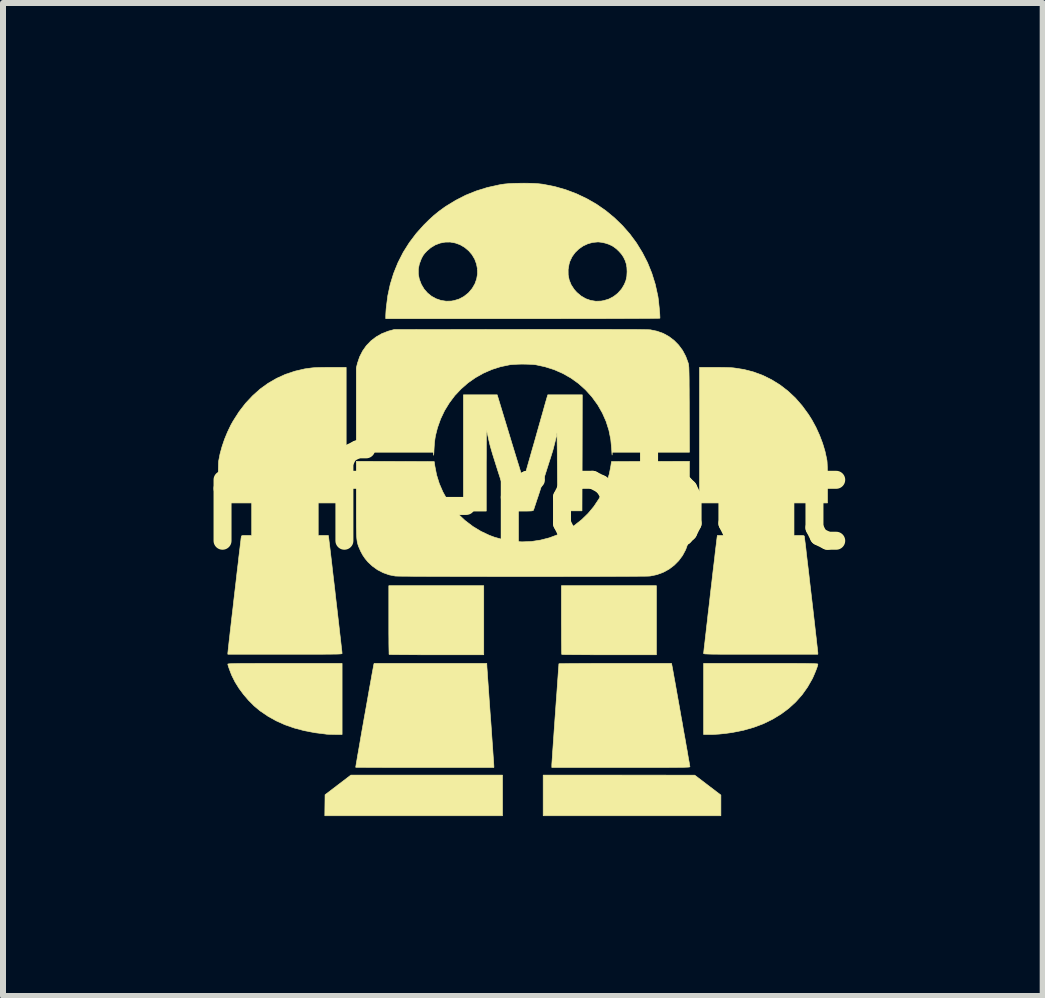
<source format=kicad_pcb>
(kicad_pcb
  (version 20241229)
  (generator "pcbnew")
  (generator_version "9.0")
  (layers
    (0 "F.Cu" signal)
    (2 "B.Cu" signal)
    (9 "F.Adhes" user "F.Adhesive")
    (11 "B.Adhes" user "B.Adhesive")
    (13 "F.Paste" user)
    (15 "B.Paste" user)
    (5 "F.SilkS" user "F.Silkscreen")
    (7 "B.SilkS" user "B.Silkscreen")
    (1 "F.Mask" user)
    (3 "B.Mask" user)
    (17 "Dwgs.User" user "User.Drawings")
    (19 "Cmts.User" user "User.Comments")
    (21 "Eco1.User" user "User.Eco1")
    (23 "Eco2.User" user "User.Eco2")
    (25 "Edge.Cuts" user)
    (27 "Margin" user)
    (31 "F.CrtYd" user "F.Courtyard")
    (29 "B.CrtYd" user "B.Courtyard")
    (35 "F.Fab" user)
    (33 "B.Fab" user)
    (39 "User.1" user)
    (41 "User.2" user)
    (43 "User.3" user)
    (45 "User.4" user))
  (footprint "mf-robot"
    (layer "F.Cu")
    (at 5.668 5.277)
    (property "Reference" "mf-robot" (at 0 0 0) (layer "F.SilkS") (effects (font (size 1.524 1.524) (thickness 0.3))))
    (attr through_hole)
    (fp_poly (pts (xy -0.339 5.275) (xy -3.302 5.275) (xy -3.3 5.1) (xy -3.298 4.925) (xy -3.083 4.761) (xy -2.868 4.597) (xy -0.339 4.597) (xy -0.339 5.275)) (stroke (width 0.01) (type solid)) (fill yes) (layer "F.SilkS"))
    (fp_poly (pts (xy 1.602 4.597) (xy 2.866 4.598) (xy 3.084 4.764) (xy 3.302 4.93) (xy 3.302 5.275) (xy 0.339 5.275) (xy 0.339 4.597) (xy 1.602 4.597)) (stroke (width 0.01) (type solid)) (fill yes) (layer "F.SilkS"))
    (fp_poly (pts (xy -0.652 2.591) (xy -1.438 2.591) (xy -1.552 2.591) (xy -1.661 2.591) (xy -1.764 2.59) (xy -1.86 2.59) (xy -1.947 2.589) (xy -2.025 2.589) (xy -2.092 2.588) (xy -2.147 2.588) (xy -2.189 2.587) (xy -2.217 2.586) (xy -2.229 2.585) (xy -2.23 2.585) (xy -2.231 2.576) (xy -2.231 2.551) (xy -2.232 2.512) (xy -2.233 2.461) (xy -2.234 2.398) (xy -2.234 2.325) (xy -2.235 2.243) (xy -2.235 2.155) (xy -2.235 2.061) (xy -2.235 2.009) (xy -2.235 1.439) (xy -0.652 1.439) (xy -0.652 2.591)) (stroke (width 0.01) (type solid)) (fill yes) (layer "F.SilkS"))
    (fp_poly (pts (xy 2.227 2.591) (xy 1.441 2.591) (xy 1.327 2.591) (xy 1.218 2.591) (xy 1.115 2.59) (xy 1.019 2.59) (xy 0.931 2.589) (xy 0.854 2.589) (xy 0.786 2.588) (xy 0.731 2.588) (xy 0.689 2.587) (xy 0.662 2.586) (xy 0.65 2.585) (xy 0.649 2.585) (xy 0.648 2.576) (xy 0.647 2.551) (xy 0.646 2.512) (xy 0.646 2.461) (xy 0.645 2.398) (xy 0.644 2.325) (xy 0.644 2.243) (xy 0.644 2.155) (xy 0.643 2.061) (xy 0.643 2.009) (xy 0.643 1.439) (xy 2.227 1.439) (xy 2.227 2.591)) (stroke (width 0.01) (type solid)) (fill yes) (layer "F.SilkS"))
    (fp_poly (pts (xy 4.116 2.735) (xy 4.249 2.735) (xy 4.368 2.735) (xy 4.471 2.735) (xy 4.562 2.735) (xy 4.64 2.736) (xy 4.706 2.736) (xy 4.761 2.737) (xy 4.806 2.738) (xy 4.843 2.739) (xy 4.871 2.74) (xy 4.892 2.741) (xy 4.906 2.742) (xy 4.915 2.744) (xy 4.919 2.746) (xy 4.919 2.747) (xy 4.916 2.765) (xy 4.907 2.795) (xy 4.893 2.834) (xy 4.876 2.877) (xy 4.857 2.922) (xy 4.838 2.966) (xy 4.825 2.993) (xy 4.746 3.131) (xy 4.655 3.259) (xy 4.55 3.377) (xy 4.433 3.484) (xy 4.304 3.58) (xy 4.164 3.665) (xy 4.013 3.739) (xy 3.851 3.8) (xy 3.68 3.849) (xy 3.5 3.885) (xy 3.497 3.886) (xy 3.38 3.902) (xy 3.275 3.913) (xy 3.176 3.919) (xy 3.115 3.92) (xy 3.014 3.92) (xy 3.014 2.735) (xy 3.967 2.735) (xy 4.116 2.735)) (stroke (width 0.01) (type solid)) (fill yes) (layer "F.SilkS"))
    (fp_poly (pts (xy -3.014 3.92) (xy -3.131 3.919) (xy -3.176 3.918) (xy -3.218 3.917) (xy -3.252 3.916) (xy -3.274 3.915) (xy -3.277 3.914) (xy -3.467 3.89) (xy -3.645 3.856) (xy -3.811 3.812) (xy -3.966 3.758) (xy -4.111 3.693) (xy -4.248 3.617) (xy -4.377 3.529) (xy -4.388 3.521) (xy -4.481 3.443) (xy -4.571 3.353) (xy -4.656 3.254) (xy -4.733 3.15) (xy -4.799 3.044) (xy -4.851 2.94) (xy -4.856 2.929) (xy -4.871 2.891) (xy -4.886 2.851) (xy -4.9 2.813) (xy -4.911 2.78) (xy -4.918 2.756) (xy -4.919 2.746) (xy -4.917 2.744) (xy -4.909 2.743) (xy -4.895 2.741) (xy -4.874 2.74) (xy -4.844 2.739) (xy -4.806 2.738) (xy -4.759 2.737) (xy -4.701 2.736) (xy -4.632 2.736) (xy -4.551 2.736) (xy -4.456 2.735) (xy -4.348 2.735) (xy -4.226 2.735) (xy -4.088 2.735) (xy -3.967 2.735) (xy -3.014 2.735) (xy -3.014 3.92)) (stroke (width 0.01) (type solid)) (fill yes) (layer "F.SilkS"))
    (fp_poly (pts (xy -0.601 2.758) (xy -0.6 2.77) (xy -0.599 2.797) (xy -0.596 2.839) (xy -0.592 2.894) (xy -0.588 2.961) (xy -0.582 3.039) (xy -0.576 3.127) (xy -0.569 3.224) (xy -0.562 3.328) (xy -0.554 3.438) (xy -0.546 3.553) (xy -0.542 3.607) (xy -0.533 3.724) (xy -0.525 3.836) (xy -0.518 3.943) (xy -0.511 4.043) (xy -0.504 4.134) (xy -0.499 4.217) (xy -0.494 4.289) (xy -0.489 4.349) (xy -0.486 4.396) (xy -0.484 4.43) (xy -0.483 4.448) (xy -0.483 4.451) (xy -0.483 4.47) (xy -1.633 4.47) (xy -1.771 4.47) (xy -1.904 4.47) (xy -2.032 4.47) (xy -2.153 4.47) (xy -2.267 4.47) (xy -2.372 4.469) (xy -2.467 4.469) (xy -2.552 4.469) (xy -2.625 4.468) (xy -2.686 4.468) (xy -2.734 4.468) (xy -2.767 4.467) (xy -2.784 4.467) (xy -2.787 4.466) (xy -2.786 4.458) (xy -2.782 4.434) (xy -2.776 4.396) (xy -2.767 4.346) (xy -2.757 4.284) (xy -2.744 4.212) (xy -2.73 4.132) (xy -2.715 4.045) (xy -2.699 3.951) (xy -2.682 3.853) (xy -2.664 3.752) (xy -2.646 3.649) (xy -2.627 3.545) (xy -2.609 3.443) (xy -2.591 3.342) (xy -2.574 3.245) (xy -2.558 3.153) (xy -2.542 3.067) (xy -2.528 2.989) (xy -2.516 2.919) (xy -2.505 2.86) (xy -2.496 2.812) (xy -2.49 2.777) (xy -2.486 2.757) (xy -2.485 2.754) (xy -2.48 2.735) (xy -0.601 2.735) (xy -0.601 2.758)) (stroke (width 0.01) (type solid)) (fill yes) (layer "F.SilkS"))
    (fp_poly (pts (xy 2.484 2.758) (xy 2.487 2.774) (xy 2.493 2.805) (xy 2.501 2.849) (xy 2.511 2.905) (xy 2.523 2.972) (xy 2.537 3.048) (xy 2.552 3.133) (xy 2.568 3.223) (xy 2.585 3.319) (xy 2.603 3.419) (xy 2.621 3.521) (xy 2.639 3.624) (xy 2.658 3.727) (xy 2.675 3.829) (xy 2.693 3.928) (xy 2.71 4.022) (xy 2.725 4.11) (xy 2.74 4.192) (xy 2.752 4.265) (xy 2.763 4.329) (xy 2.773 4.381) (xy 2.779 4.421) (xy 2.784 4.447) (xy 2.786 4.457) (xy 2.786 4.458) (xy 2.784 4.459) (xy 2.78 4.461) (xy 2.771 4.463) (xy 2.757 4.464) (xy 2.738 4.465) (xy 2.713 4.466) (xy 2.679 4.467) (xy 2.638 4.468) (xy 2.588 4.468) (xy 2.528 4.469) (xy 2.458 4.469) (xy 2.376 4.47) (xy 2.282 4.47) (xy 2.175 4.47) (xy 2.054 4.47) (xy 1.919 4.47) (xy 1.768 4.47) (xy 1.634 4.47) (xy 0.483 4.47) (xy 0.483 4.434) (xy 0.483 4.421) (xy 0.485 4.392) (xy 0.488 4.348) (xy 0.492 4.291) (xy 0.496 4.223) (xy 0.502 4.143) (xy 0.508 4.053) (xy 0.515 3.956) (xy 0.522 3.851) (xy 0.53 3.74) (xy 0.538 3.624) (xy 0.542 3.573) (xy 0.55 3.456) (xy 0.558 3.344) (xy 0.566 3.238) (xy 0.573 3.14) (xy 0.579 3.049) (xy 0.585 2.968) (xy 0.59 2.897) (xy 0.594 2.838) (xy 0.598 2.792) (xy 0.6 2.76) (xy 0.601 2.743) (xy 0.601 2.741) (xy 0.609 2.74) (xy 0.634 2.739) (xy 0.672 2.739) (xy 0.725 2.738) (xy 0.79 2.737) (xy 0.867 2.737) (xy 0.954 2.736) (xy 1.051 2.736) (xy 1.156 2.735) (xy 1.268 2.735) (xy 1.387 2.735) (xy 1.51 2.735) (xy 1.54 2.735) (xy 2.479 2.735) (xy 2.484 2.758)) (stroke (width 0.01) (type solid)) (fill yes) (layer "F.SilkS"))
    (fp_poly (pts (xy 1.026 -2.835) (xy 1.193 -2.835) (xy 1.346 -2.835) (xy 1.483 -2.834) (xy 1.607 -2.834) (xy 1.716 -2.834) (xy 1.812 -2.833) (xy 1.895 -2.833) (xy 1.964 -2.832) (xy 2.021 -2.831) (xy 2.065 -2.83) (xy 2.098 -2.829) (xy 2.119 -2.828) (xy 2.125 -2.828) (xy 2.236 -2.805) (xy 2.34 -2.768) (xy 2.435 -2.716) (xy 2.521 -2.651) (xy 2.597 -2.574) (xy 2.663 -2.485) (xy 2.716 -2.385) (xy 2.753 -2.285) (xy 2.757 -2.273) (xy 2.76 -2.263) (xy 2.762 -2.251) (xy 2.764 -2.237) (xy 2.766 -2.22) (xy 2.768 -2.199) (xy 2.769 -2.172) (xy 2.77 -2.138) (xy 2.771 -2.097) (xy 2.772 -2.047) (xy 2.773 -1.987) (xy 2.773 -1.915) (xy 2.774 -1.831) (xy 2.774 -1.733) (xy 2.775 -1.621) (xy 2.775 -1.505) (xy 2.778 -0.787) (xy 1.49 -0.787) (xy 1.489 -0.747) (xy 1.488 -0.741) (xy 1.487 -0.751) (xy 1.485 -0.773) (xy 1.483 -0.807) (xy 1.481 -0.838) (xy 1.466 -0.999) (xy 1.435 -1.153) (xy 1.388 -1.301) (xy 1.326 -1.441) (xy 1.249 -1.576) (xy 1.244 -1.583) (xy 1.15 -1.712) (xy 1.044 -1.829) (xy 0.928 -1.933) (xy 0.801 -2.024) (xy 0.665 -2.101) (xy 0.521 -2.164) (xy 0.369 -2.212) (xy 0.216 -2.245) (xy 0.172 -2.25) (xy 0.115 -2.253) (xy 0.05 -2.255) (xy -0.018 -2.256) (xy -0.085 -2.254) (xy -0.146 -2.251) (xy -0.198 -2.247) (xy -0.216 -2.245) (xy -0.37 -2.213) (xy -0.518 -2.166) (xy -0.659 -2.104) (xy -0.792 -2.029) (xy -0.916 -1.942) (xy -1.03 -1.842) (xy -1.134 -1.732) (xy -1.225 -1.611) (xy -1.305 -1.481) (xy -1.371 -1.342) (xy -1.423 -1.196) (xy -1.457 -1.062) (xy -1.466 -1.007) (xy -1.474 -0.941) (xy -1.479 -0.87) (xy -1.481 -0.834) (xy -1.483 -0.792) (xy -1.485 -0.761) (xy -1.487 -0.741) (xy -1.488 -0.736) (xy -1.489 -0.743) (xy -1.49 -0.787) (xy -2.777 -0.787) (xy -2.777 -2.191) (xy -2.757 -2.272) (xy -2.721 -2.378) (xy -2.671 -2.476) (xy -2.609 -2.564) (xy -2.533 -2.643) (xy -2.447 -2.709) (xy -2.351 -2.764) (xy -2.245 -2.805) (xy -2.216 -2.813) (xy -2.146 -2.832) (xy -0.047 -2.834) (xy 0.201 -2.835) (xy 0.431 -2.835) (xy 0.645 -2.835) (xy 0.843 -2.835) (xy 1.026 -2.835)) (stroke (width 0.01) (type solid)) (fill yes) (layer "F.SilkS"))
    (fp_poly (pts (xy -2.946 0.059) (xy -3.412 0.059) (xy -3.412 0.601) (xy -3.244 0.601) (xy -3.239 0.629) (xy -3.237 0.642) (xy -3.234 0.67) (xy -3.229 0.712) (xy -3.222 0.767) (xy -3.214 0.833) (xy -3.205 0.909) (xy -3.195 0.995) (xy -3.184 1.088) (xy -3.173 1.187) (xy -3.161 1.29) (xy -3.148 1.398) (xy -3.135 1.508) (xy -3.123 1.619) (xy -3.11 1.73) (xy -3.097 1.839) (xy -3.085 1.945) (xy -3.073 2.048) (xy -3.062 2.144) (xy -3.052 2.234) (xy -3.042 2.316) (xy -3.034 2.389) (xy -3.027 2.451) (xy -3.021 2.501) (xy -3.017 2.538) (xy -3.015 2.561) (xy -3.014 2.568) (xy -3.015 2.57) (xy -3.017 2.572) (xy -3.023 2.574) (xy -3.032 2.575) (xy -3.046 2.577) (xy -3.065 2.578) (xy -3.091 2.579) (xy -3.125 2.58) (xy -3.167 2.58) (xy -3.218 2.581) (xy -3.279 2.581) (xy -3.351 2.582) (xy -3.436 2.582) (xy -3.533 2.582) (xy -3.644 2.582) (xy -3.77 2.582) (xy -3.912 2.582) (xy -3.967 2.582) (xy -4.919 2.582) (xy -4.919 2.563) (xy -4.918 2.552) (xy -4.915 2.526) (xy -4.911 2.486) (xy -4.905 2.432) (xy -4.898 2.367) (xy -4.889 2.292) (xy -4.88 2.207) (xy -4.869 2.115) (xy -4.858 2.017) (xy -4.846 1.913) (xy -4.833 1.805) (xy -4.821 1.696) (xy -4.808 1.584) (xy -4.795 1.473) (xy -4.782 1.363) (xy -4.77 1.256) (xy -4.758 1.153) (xy -4.746 1.056) (xy -4.736 0.964) (xy -4.726 0.881) (xy -4.717 0.807) (xy -4.71 0.743) (xy -4.703 0.692) (xy -4.699 0.653) (xy -4.695 0.629) (xy -4.694 0.62) (xy -4.691 0.612) (xy -4.685 0.606) (xy -4.673 0.603) (xy -4.651 0.601) (xy -4.616 0.601) (xy -4.606 0.601) (xy -4.521 0.601) (xy -4.521 0.059) (xy -5.08 0.059) (xy -5.08 -0.263) (xy -5.08 -0.344) (xy -5.079 -0.42) (xy -5.078 -0.488) (xy -5.076 -0.548) (xy -5.075 -0.596) (xy -5.073 -0.631) (xy -5.071 -0.646) (xy -5.049 -0.759) (xy -5.016 -0.879) (xy -4.974 -1.003) (xy -4.924 -1.124) (xy -4.868 -1.241) (xy -4.829 -1.31) (xy -4.731 -1.463) (xy -4.624 -1.602) (xy -4.507 -1.727) (xy -4.382 -1.839) (xy -4.248 -1.936) (xy -4.106 -2.018) (xy -3.957 -2.086) (xy -3.8 -2.138) (xy -3.637 -2.176) (xy -3.52 -2.192) (xy -3.49 -2.195) (xy -3.446 -2.197) (xy -3.391 -2.199) (xy -3.328 -2.2) (xy -3.262 -2.201) (xy -3.194 -2.201) (xy -2.946 -2.201) (xy -2.946 0.059)) (stroke (width 0.01) (type solid)) (fill yes) (layer "F.SilkS"))
    (fp_poly (pts (xy 3.26 -2.201) (xy 3.327 -2.2) (xy 3.389 -2.199) (xy 3.444 -2.197) (xy 3.489 -2.195) (xy 3.52 -2.192) (xy 3.52 -2.192) (xy 3.688 -2.166) (xy 3.849 -2.124) (xy 4.003 -2.067) (xy 4.15 -1.994) (xy 4.29 -1.907) (xy 4.421 -1.806) (xy 4.544 -1.691) (xy 4.657 -1.561) (xy 4.761 -1.419) (xy 4.819 -1.327) (xy 4.887 -1.202) (xy 4.947 -1.07) (xy 4.998 -0.936) (xy 5.038 -0.803) (xy 5.066 -0.674) (xy 5.071 -0.646) (xy 5.073 -0.622) (xy 5.075 -0.583) (xy 5.077 -0.531) (xy 5.078 -0.468) (xy 5.079 -0.395) (xy 5.08 -0.316) (xy 5.08 -0.263) (xy 5.08 0.059) (xy 4.521 0.059) (xy 4.521 0.601) (xy 4.606 0.601) (xy 4.644 0.601) (xy 4.669 0.602) (xy 4.683 0.605) (xy 4.691 0.61) (xy 4.694 0.618) (xy 4.694 0.62) (xy 4.696 0.632) (xy 4.699 0.658) (xy 4.704 0.7) (xy 4.711 0.753) (xy 4.719 0.819) (xy 4.727 0.895) (xy 4.737 0.979) (xy 4.748 1.072) (xy 4.76 1.171) (xy 4.772 1.274) (xy 4.784 1.382) (xy 4.797 1.492) (xy 4.81 1.603) (xy 4.823 1.714) (xy 4.836 1.824) (xy 4.848 1.931) (xy 4.86 2.034) (xy 4.871 2.131) (xy 4.881 2.222) (xy 4.891 2.305) (xy 4.899 2.379) (xy 4.906 2.442) (xy 4.912 2.493) (xy 4.916 2.532) (xy 4.919 2.555) (xy 4.919 2.563) (xy 4.919 2.582) (xy 3.967 2.582) (xy 3.819 2.582) (xy 3.688 2.582) (xy 3.571 2.582) (xy 3.469 2.582) (xy 3.38 2.582) (xy 3.304 2.582) (xy 3.239 2.581) (xy 3.184 2.581) (xy 3.139 2.58) (xy 3.103 2.579) (xy 3.074 2.578) (xy 3.052 2.577) (xy 3.036 2.576) (xy 3.026 2.574) (xy 3.019 2.573) (xy 3.015 2.571) (xy 3.014 2.568) (xy 3.014 2.568) (xy 3.015 2.557) (xy 3.018 2.532) (xy 3.022 2.492) (xy 3.028 2.439) (xy 3.036 2.374) (xy 3.044 2.299) (xy 3.054 2.216) (xy 3.064 2.124) (xy 3.076 2.026) (xy 3.087 1.923) (xy 3.1 1.816) (xy 3.113 1.706) (xy 3.125 1.595) (xy 3.138 1.484) (xy 3.151 1.375) (xy 3.163 1.268) (xy 3.175 1.165) (xy 3.187 1.067) (xy 3.198 0.976) (xy 3.207 0.892) (xy 3.216 0.818) (xy 3.224 0.754) (xy 3.23 0.702) (xy 3.235 0.662) (xy 3.238 0.637) (xy 3.239 0.629) (xy 3.244 0.601) (xy 3.412 0.601) (xy 3.412 0.059) (xy 2.946 0.059) (xy 2.946 -2.201) (xy 3.192 -2.201) (xy 3.26 -2.201)) (stroke (width 0.01) (type solid)) (fill yes) (layer "F.SilkS"))
    (fp_poly (pts (xy 0.989 -0.777) (xy 0.986 0.191) (xy 0.58 0.191) (xy 0.576 -0.47) (xy 0.575 -0.573) (xy 0.574 -0.671) (xy 0.574 -0.763) (xy 0.573 -0.846) (xy 0.572 -0.92) (xy 0.571 -0.984) (xy 0.571 -1.036) (xy 0.57 -1.076) (xy 0.57 -1.101) (xy 0.569 -1.111) (xy 0.569 -1.111) (xy 0.566 -1.089) (xy 0.559 -1.054) (xy 0.549 -1.01) (xy 0.537 -0.961) (xy 0.524 -0.91) (xy 0.512 -0.861) (xy 0.5 -0.817) (xy 0.498 -0.813) (xy 0.491 -0.788) (xy 0.479 -0.75) (xy 0.464 -0.701) (xy 0.445 -0.643) (xy 0.424 -0.577) (xy 0.401 -0.505) (xy 0.377 -0.429) (xy 0.352 -0.351) (xy 0.326 -0.273) (xy 0.301 -0.195) (xy 0.277 -0.12) (xy 0.254 -0.05) (xy 0.232 0.014) (xy 0.214 0.07) (xy 0.198 0.117) (xy 0.187 0.152) (xy 0.179 0.173) (xy 0.176 0.18) (xy 0.173 0.185) (xy 0.165 0.188) (xy 0.152 0.191) (xy 0.132 0.193) (xy 0.101 0.194) (xy 0.059 0.195) (xy 0.002 0.195) (xy -0.016 0.195) (xy -0.2 0.195) (xy -0.35 -0.27) (xy -0.386 -0.382) (xy -0.418 -0.481) (xy -0.445 -0.566) (xy -0.468 -0.639) (xy -0.488 -0.702) (xy -0.505 -0.757) (xy -0.519 -0.805) (xy -0.531 -0.846) (xy -0.542 -0.884) (xy -0.551 -0.919) (xy -0.559 -0.953) (xy -0.567 -0.987) (xy -0.575 -1.023) (xy -0.576 -1.028) (xy -0.585 -1.07) (xy -0.594 -1.107) (xy -0.601 -1.134) (xy -0.605 -1.149) (xy -0.606 -1.15) (xy -0.606 -1.143) (xy -0.607 -1.119) (xy -0.607 -1.082) (xy -0.608 -1.031) (xy -0.608 -0.968) (xy -0.609 -0.895) (xy -0.609 -0.812) (xy -0.609 -0.721) (xy -0.61 -0.623) (xy -0.61 -0.52) (xy -0.61 -0.48) (xy -0.61 0.195) (xy -0.991 0.195) (xy -0.991 -1.744) (xy -0.709 -1.744) (xy -0.428 -1.744) (xy -0.212 -1.033) (xy -0.18 -0.927) (xy -0.149 -0.826) (xy -0.12 -0.731) (xy -0.093 -0.643) (xy -0.068 -0.563) (xy -0.047 -0.493) (xy -0.028 -0.433) (xy -0.013 -0.385) (xy -0.001 -0.349) (xy 0.006 -0.328) (xy 0.008 -0.322) (xy 0.011 -0.33) (xy 0.018 -0.353) (xy 0.029 -0.39) (xy 0.044 -0.439) (xy 0.062 -0.5) (xy 0.082 -0.572) (xy 0.105 -0.652) (xy 0.13 -0.74) (xy 0.157 -0.835) (xy 0.186 -0.935) (xy 0.199 -0.98) (xy 0.228 -1.084) (xy 0.256 -1.183) (xy 0.283 -1.278) (xy 0.308 -1.367) (xy 0.331 -1.447) (xy 0.351 -1.519) (xy 0.368 -1.58) (xy 0.382 -1.629) (xy 0.393 -1.666) (xy 0.399 -1.687) (xy 0.4 -1.691) (xy 0.416 -1.744) (xy 0.991 -1.744) (xy 0.989 -0.777)) (stroke (width 0.01) (type solid)) (fill yes) (layer "F.SilkS"))
    (fp_poly (pts (xy 2.775 0.015) (xy 2.775 0.135) (xy 2.774 0.24) (xy 2.774 0.33) (xy 2.773 0.407) (xy 2.773 0.471) (xy 2.772 0.526) (xy 2.771 0.57) (xy 2.77 0.606) (xy 2.769 0.636) (xy 2.767 0.659) (xy 2.765 0.678) (xy 2.763 0.693) (xy 2.76 0.707) (xy 2.757 0.719) (xy 2.754 0.732) (xy 2.753 0.732) (xy 2.715 0.838) (xy 2.663 0.935) (xy 2.598 1.023) (xy 2.522 1.099) (xy 2.436 1.164) (xy 2.34 1.216) (xy 2.237 1.254) (xy 2.127 1.277) (xy 2.117 1.278) (xy 2.102 1.279) (xy 2.071 1.28) (xy 2.024 1.281) (xy 1.964 1.281) (xy 1.89 1.282) (xy 1.803 1.282) (xy 1.706 1.283) (xy 1.597 1.283) (xy 1.479 1.284) (xy 1.352 1.284) (xy 1.217 1.285) (xy 1.075 1.285) (xy 0.927 1.285) (xy 0.773 1.285) (xy 0.616 1.286) (xy 0.455 1.286) (xy 0.291 1.286) (xy 0.126 1.286) (xy -0.04 1.286) (xy -0.206 1.286) (xy -0.37 1.286) (xy -0.533 1.286) (xy -0.693 1.285) (xy -0.849 1.285) (xy -1 1.285) (xy -1.145 1.285) (xy -1.285 1.284) (xy -1.416 1.284) (xy -1.54 1.284) (xy -1.654 1.283) (xy -1.758 1.283) (xy -1.852 1.282) (xy -1.933 1.281) (xy -2.001 1.281) (xy -2.056 1.28) (xy -2.096 1.279) (xy -2.121 1.278) (xy -2.128 1.278) (xy -2.229 1.258) (xy -2.328 1.223) (xy -2.423 1.174) (xy -2.509 1.112) (xy -2.584 1.042) (xy -2.631 0.985) (xy -2.67 0.928) (xy -2.705 0.863) (xy -2.722 0.824) (xy -2.732 0.801) (xy -2.741 0.78) (xy -2.748 0.759) (xy -2.754 0.737) (xy -2.76 0.714) (xy -2.764 0.687) (xy -2.768 0.656) (xy -2.771 0.619) (xy -2.773 0.575) (xy -2.774 0.522) (xy -2.776 0.46) (xy -2.776 0.387) (xy -2.777 0.302) (xy -2.777 0.203) (xy -2.777 0.09) (xy -2.777 -0.004) (xy -2.777 -0.635) (xy -2.128 -0.633) (xy -1.478 -0.631) (xy -1.467 -0.555) (xy -1.438 -0.407) (xy -1.393 -0.263) (xy -1.333 -0.124) (xy -1.259 0.009) (xy -1.173 0.134) (xy -1.075 0.248) (xy -0.966 0.35) (xy -0.961 0.354) (xy -0.832 0.452) (xy -0.698 0.533) (xy -0.558 0.599) (xy -0.472 0.631) (xy -0.32 0.673) (xy -0.166 0.699) (xy -0.012 0.708) (xy 0.142 0.702) (xy 0.293 0.679) (xy 0.441 0.641) (xy 0.586 0.587) (xy 0.725 0.519) (xy 0.858 0.435) (xy 0.98 0.339) (xy 1.087 0.235) (xy 1.184 0.119) (xy 1.268 -0.007) (xy 1.341 -0.141) (xy 1.399 -0.281) (xy 1.442 -0.426) (xy 1.467 -0.555) (xy 1.478 -0.631) (xy 2.128 -0.633) (xy 2.778 -0.635) (xy 2.775 0.015)) (stroke (width 0.01) (type solid)) (fill yes) (layer "F.SilkS"))
    (fp_poly (pts (xy 0.108 -5.271) (xy 0.19 -5.268) (xy 0.264 -5.263) (xy 0.326 -5.256) (xy 0.334 -5.255) (xy 0.528 -5.217) (xy 0.714 -5.164) (xy 0.894 -5.096) (xy 1.065 -5.015) (xy 1.229 -4.921) (xy 1.383 -4.814) (xy 1.527 -4.695) (xy 1.661 -4.565) (xy 1.784 -4.425) (xy 1.895 -4.275) (xy 1.993 -4.115) (xy 2.079 -3.948) (xy 2.15 -3.772) (xy 2.207 -3.589) (xy 2.249 -3.399) (xy 2.252 -3.385) (xy 2.257 -3.35) (xy 2.263 -3.303) (xy 2.268 -3.25) (xy 2.274 -3.194) (xy 2.279 -3.138) (xy 2.283 -3.088) (xy 2.285 -3.047) (xy 2.286 -3.022) (xy 2.278 -3.021) (xy 2.253 -3.02) (xy 2.212 -3.02) (xy 2.155 -3.019) (xy 2.083 -3.018) (xy 1.997 -3.018) (xy 1.896 -3.017) (xy 1.781 -3.017) (xy 1.653 -3.016) (xy 1.512 -3.016) (xy 1.358 -3.015) (xy 1.192 -3.015) (xy 1.014 -3.015) (xy 0.825 -3.015) (xy 0.625 -3.014) (xy 0.415 -3.014) (xy 0.195 -3.014) (xy 0 -3.014) (xy -2.286 -3.014) (xy -2.286 -3.059) (xy -2.285 -3.086) (xy -2.283 -3.124) (xy -2.28 -3.168) (xy -2.277 -3.2) (xy -2.252 -3.396) (xy -2.211 -3.586) (xy -2.158 -3.758) (xy -1.743 -3.758) (xy -1.727 -3.674) (xy -1.694 -3.587) (xy -1.691 -3.581) (xy -1.646 -3.506) (xy -1.589 -3.441) (xy -1.522 -3.387) (xy -1.447 -3.346) (xy -1.366 -3.318) (xy -1.28 -3.305) (xy -1.192 -3.307) (xy -1.147 -3.315) (xy -1.062 -3.341) (xy -0.983 -3.383) (xy -0.911 -3.44) (xy -0.901 -3.45) (xy -0.843 -3.519) (xy -0.799 -3.595) (xy -0.77 -3.676) (xy -0.756 -3.759) (xy -0.757 -3.832) (xy 0.755 -3.832) (xy 0.756 -3.743) (xy 0.773 -3.658) (xy 0.806 -3.577) (xy 0.855 -3.502) (xy 0.897 -3.454) (xy 0.969 -3.393) (xy 1.047 -3.347) (xy 1.129 -3.318) (xy 1.216 -3.304) (xy 1.306 -3.307) (xy 1.35 -3.315) (xy 1.435 -3.341) (xy 1.513 -3.382) (xy 1.583 -3.437) (xy 1.643 -3.504) (xy 1.654 -3.52) (xy 1.693 -3.586) (xy 1.719 -3.651) (xy 1.734 -3.72) (xy 1.738 -3.797) (xy 1.735 -3.867) (xy 1.725 -3.926) (xy 1.706 -3.983) (xy 1.677 -4.043) (xy 1.674 -4.047) (xy 1.645 -4.09) (xy 1.604 -4.136) (xy 1.559 -4.179) (xy 1.512 -4.214) (xy 1.484 -4.231) (xy 1.431 -4.255) (xy 1.372 -4.274) (xy 1.311 -4.287) (xy 1.258 -4.293) (xy 1.253 -4.293) (xy 1.165 -4.285) (xy 1.082 -4.262) (xy 1.003 -4.225) (xy 0.933 -4.176) (xy 0.871 -4.116) (xy 0.821 -4.047) (xy 0.784 -3.969) (xy 0.771 -3.925) (xy 0.755 -3.832) (xy -0.757 -3.832) (xy -0.757 -3.843) (xy -0.773 -3.926) (xy -0.803 -4.007) (xy -0.848 -4.082) (xy -0.901 -4.144) (xy -0.971 -4.203) (xy -1.047 -4.247) (xy -1.128 -4.276) (xy -1.211 -4.291) (xy -1.295 -4.29) (xy -1.378 -4.274) (xy -1.459 -4.244) (xy -1.535 -4.198) (xy -1.598 -4.144) (xy -1.634 -4.106) (xy -1.661 -4.071) (xy -1.683 -4.032) (xy -1.693 -4.012) (xy -1.726 -3.925) (xy -1.743 -3.841) (xy -1.743 -3.758) (xy -2.158 -3.758) (xy -2.154 -3.77) (xy -2.082 -3.948) (xy -1.995 -4.119) (xy -1.893 -4.281) (xy -1.776 -4.436) (xy -1.651 -4.575) (xy -1.564 -4.661) (xy -1.481 -4.737) (xy -1.397 -4.805) (xy -1.309 -4.869) (xy -1.278 -4.89) (xy -1.117 -4.988) (xy -0.951 -5.073) (xy -0.777 -5.143) (xy -0.594 -5.2) (xy -0.401 -5.243) (xy -0.359 -5.251) (xy -0.302 -5.259) (xy -0.232 -5.265) (xy -0.152 -5.269) (xy -0.067 -5.271) (xy 0.022 -5.272) (xy 0.108 -5.271)) (stroke (width 0.01) (type solid)) (fill yes) (layer "F.SilkS")))
  (gr_rect
    (start -3 -3)
    (end 14.336 13.557)
    (stroke (width 0.1) (type default))
    (fill no)
    (layer "Edge.Cuts")))
</source>
